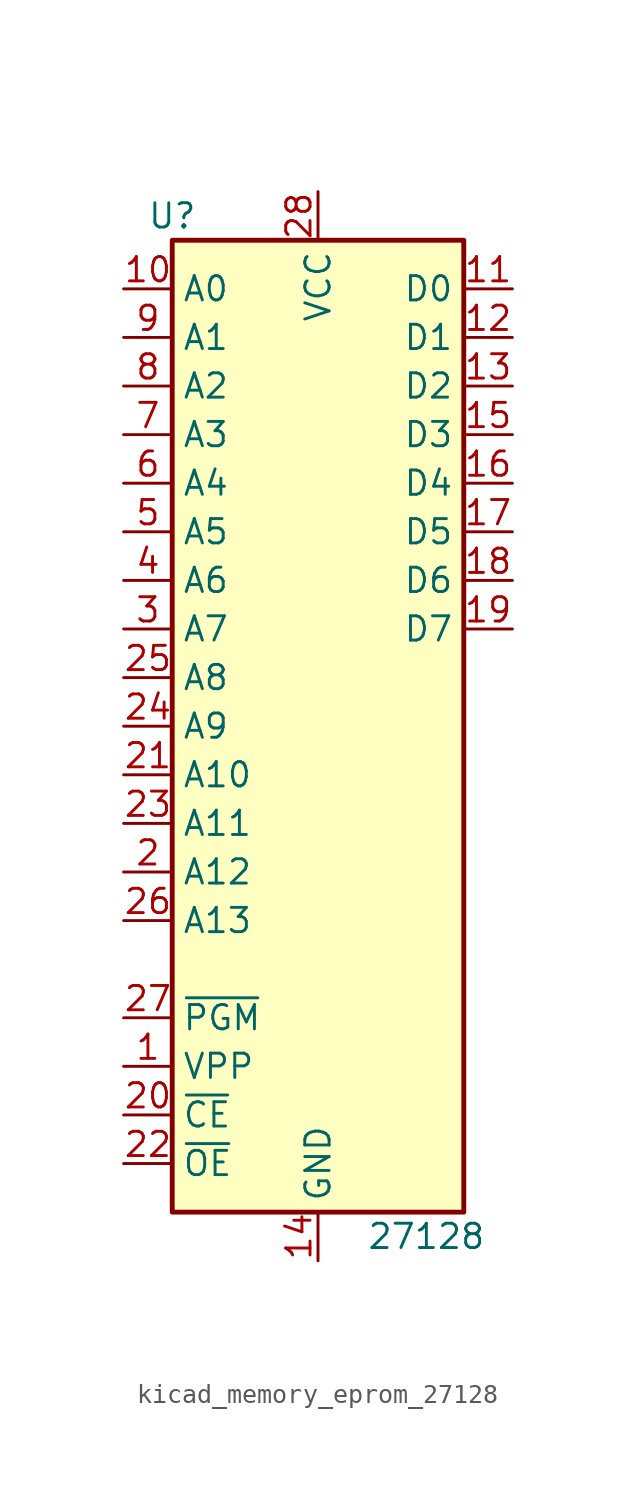
<source format=kicad_sym>
(kicad_symbol_lib
  (version 20220914)
  (generator kicad_symbol_editor)
  (symbol "kicad_memory_eprom_27128"
    (property "Reference" "U"
      (at -7.62 26.67 0)
      (effects (font (size 1.27 1.27))))
    (property "Value" "27128"
      (at 2.54 -26.67 0)
      (effects (font (size 1.27 1.27)) (justify left)))
    (symbol "kicad_memory_eprom_27128_1_1"
      (rectangle (start -7.62 25.4) (end 7.62 -25.4) (stroke (width 0.254) (type default)) (fill (type background)))
      (pin input line (at -10.16 -17.78 0) (length 2.54) (name "VPP" (effects (font (size 1.27 1.27)))) (number "1" (effects (font (size 1.27 1.27)))))
      (pin input line (at -10.16 22.86 0) (length 2.54) (name "A0" (effects (font (size 1.27 1.27)))) (number "10" (effects (font (size 1.27 1.27)))))
      (pin tri_state line (at 10.16 22.86 180) (length 2.54) (name "D0" (effects (font (size 1.27 1.27)))) (number "11" (effects (font (size 1.27 1.27)))))
      (pin tri_state line (at 10.16 20.32 180) (length 2.54) (name "D1" (effects (font (size 1.27 1.27)))) (number "12" (effects (font (size 1.27 1.27)))))
      (pin tri_state line (at 10.16 17.78 180) (length 2.54) (name "D2" (effects (font (size 1.27 1.27)))) (number "13" (effects (font (size 1.27 1.27)))))
      (pin power_in line (at 0 -27.94 90) (length 2.54) (name "GND" (effects (font (size 1.27 1.27)))) (number "14" (effects (font (size 1.27 1.27)))))
      (pin tri_state line (at 10.16 15.24 180) (length 2.54) (name "D3" (effects (font (size 1.27 1.27)))) (number "15" (effects (font (size 1.27 1.27)))))
      (pin tri_state line (at 10.16 12.7 180) (length 2.54) (name "D4" (effects (font (size 1.27 1.27)))) (number "16" (effects (font (size 1.27 1.27)))))
      (pin tri_state line (at 10.16 10.16 180) (length 2.54) (name "D5" (effects (font (size 1.27 1.27)))) (number "17" (effects (font (size 1.27 1.27)))))
      (pin tri_state line (at 10.16 7.62 180) (length 2.54) (name "D6" (effects (font (size 1.27 1.27)))) (number "18" (effects (font (size 1.27 1.27)))))
      (pin tri_state line (at 10.16 5.08 180) (length 2.54) (name "D7" (effects (font (size 1.27 1.27)))) (number "19" (effects (font (size 1.27 1.27)))))
      (pin input line (at -10.16 -7.62 0) (length 2.54) (name "A12" (effects (font (size 1.27 1.27)))) (number "2" (effects (font (size 1.27 1.27)))))
      (pin input line (at -10.16 -20.32 0) (length 2.54) (name "~{CE}" (effects (font (size 1.27 1.27)))) (number "20" (effects (font (size 1.27 1.27)))))
      (pin input line (at -10.16 -2.54 0) (length 2.54) (name "A10" (effects (font (size 1.27 1.27)))) (number "21" (effects (font (size 1.27 1.27)))))
      (pin input line (at -10.16 -22.86 0) (length 2.54) (name "~{OE}" (effects (font (size 1.27 1.27)))) (number "22" (effects (font (size 1.27 1.27)))))
      (pin input line (at -10.16 -5.08 0) (length 2.54) (name "A11" (effects (font (size 1.27 1.27)))) (number "23" (effects (font (size 1.27 1.27)))))
      (pin input line (at -10.16 0 0) (length 2.54) (name "A9" (effects (font (size 1.27 1.27)))) (number "24" (effects (font (size 1.27 1.27)))))
      (pin input line (at -10.16 2.54 0) (length 2.54) (name "A8" (effects (font (size 1.27 1.27)))) (number "25" (effects (font (size 1.27 1.27)))))
      (pin input line (at -10.16 -10.16 0) (length 2.54) (name "A13" (effects (font (size 1.27 1.27)))) (number "26" (effects (font (size 1.27 1.27)))))
      (pin input line (at -10.16 -15.24 0) (length 2.54) (name "~{PGM}" (effects (font (size 1.27 1.27)))) (number "27" (effects (font (size 1.27 1.27)))))
      (pin power_in line (at 0 27.94 270) (length 2.54) (name "VCC" (effects (font (size 1.27 1.27)))) (number "28" (effects (font (size 1.27 1.27)))))
      (pin input line (at -10.16 5.08 0) (length 2.54) (name "A7" (effects (font (size 1.27 1.27)))) (number "3" (effects (font (size 1.27 1.27)))))
      (pin input line (at -10.16 7.62 0) (length 2.54) (name "A6" (effects (font (size 1.27 1.27)))) (number "4" (effects (font (size 1.27 1.27)))))
      (pin input line (at -10.16 10.16 0) (length 2.54) (name "A5" (effects (font (size 1.27 1.27)))) (number "5" (effects (font (size 1.27 1.27)))))
      (pin input line (at -10.16 12.7 0) (length 2.54) (name "A4" (effects (font (size 1.27 1.27)))) (number "6" (effects (font (size 1.27 1.27)))))
      (pin input line (at -10.16 15.24 0) (length 2.54) (name "A3" (effects (font (size 1.27 1.27)))) (number "7" (effects (font (size 1.27 1.27)))))
      (pin input line (at -10.16 17.78 0) (length 2.54) (name "A2" (effects (font (size 1.27 1.27)))) (number "8" (effects (font (size 1.27 1.27)))))
      (pin input line (at -10.16 20.32 0) (length 2.54) (name "A1" (effects (font (size 1.27 1.27)))) (number "9" (effects (font (size 1.27 1.27))))))))
</source>
